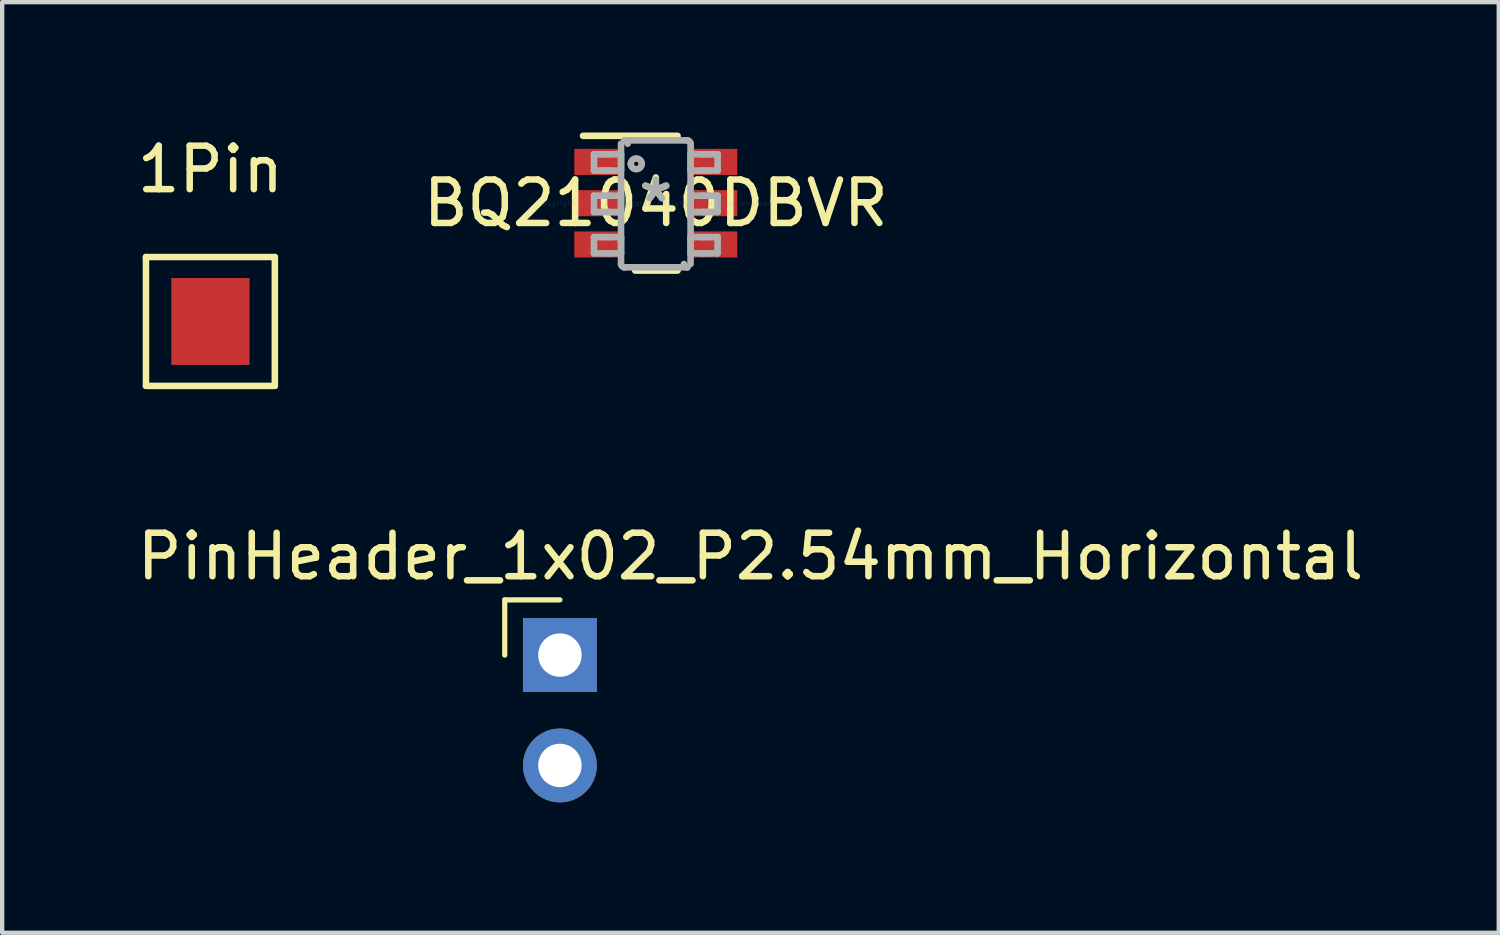
<source format=kicad_pcb>
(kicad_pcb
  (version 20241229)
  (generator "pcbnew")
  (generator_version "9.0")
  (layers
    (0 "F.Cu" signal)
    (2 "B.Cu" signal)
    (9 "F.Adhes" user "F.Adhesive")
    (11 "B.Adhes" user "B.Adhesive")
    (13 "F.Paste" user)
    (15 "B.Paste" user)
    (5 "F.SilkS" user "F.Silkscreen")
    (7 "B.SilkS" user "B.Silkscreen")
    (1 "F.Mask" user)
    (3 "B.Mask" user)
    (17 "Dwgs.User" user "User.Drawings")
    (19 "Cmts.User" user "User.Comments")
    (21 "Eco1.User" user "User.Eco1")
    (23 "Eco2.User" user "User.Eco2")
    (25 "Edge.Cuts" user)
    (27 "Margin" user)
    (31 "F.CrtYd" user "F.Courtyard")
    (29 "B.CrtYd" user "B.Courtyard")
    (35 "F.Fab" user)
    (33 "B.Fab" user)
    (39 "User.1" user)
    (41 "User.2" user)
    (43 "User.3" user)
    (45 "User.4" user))
  (footprint "1Pin"
    (layer "F.Cu")
    (at 1.792 4.348)
    (property "Reference" "1Pin" (at 0 -3.5 0) (layer "F.SilkS") (effects (font (size 1 1) (thickness 0.15))))
    (attr through_hole)
    (fp_line (start -1.483 -1.483) (end 1.48 -1.483) (stroke (width 0.15) (type solid)) (layer "F.SilkS"))
    (fp_line (start -1.483 1.48) (end -1.483 -1.483) (stroke (width 0.15) (type solid)) (layer "F.SilkS"))
    (fp_line (start 1.48 1.483) (end -1.483 1.483) (stroke (width 0.15) (type solid)) (layer "F.SilkS"))
    (fp_line (start 1.483 -1.483) (end 1.483 1.48) (stroke (width 0.15) (type solid)) (layer "F.SilkS"))
    (pad "1" smd rect (at 0 0) (size 1.8 2) (layers "F.Cu" "F.Mask" "F.Paste")))
  (footprint "BQ21040DBVR"
    (layer "F.Cu")
    (at 12.042 1.626)
    (property "Reference" "BQ21040DBVR" (at 0 0 0) (layer "F.SilkS") (effects (font (size 1 1) (thickness 0.15))))
    (attr through_hole)
    (fp_line (start -1.675 -1.55) (end 0.5 -1.55) (stroke (width 0.152) (type solid)) (layer "F.SilkS"))
    (fp_line (start -0.475 1.55) (end 0.5 1.55) (stroke (width 0.152) (type solid)) (layer "F.SilkS"))
    (fp_line (start -1.423 -1.125) (end -1.206 -1.125) (stroke (width 0.152) (type solid)) (layer "F.Fab"))
    (fp_line (start -1.423 -0.751) (end -1.423 -1.125) (stroke (width 0.152) (type solid)) (layer "F.Fab"))
    (fp_line (start -1.423 -0.751) (end -1.206 -0.751) (stroke (width 0.152) (type solid)) (layer "F.Fab"))
    (fp_line (start -1.423 -0.173) (end -1.206 -0.173) (stroke (width 0.152) (type solid)) (layer "F.Fab"))
    (fp_line (start -1.423 0.202) (end -1.423 -0.173) (stroke (width 0.152) (type solid)) (layer "F.Fab"))
    (fp_line (start -1.423 0.202) (end -1.206 0.202) (stroke (width 0.152) (type solid)) (layer "F.Fab"))
    (fp_line (start -1.423 0.78) (end -1.206 0.78) (stroke (width 0.152) (type solid)) (layer "F.Fab"))
    (fp_line (start -1.423 1.154) (end -1.423 0.78) (stroke (width 0.152) (type solid)) (layer "F.Fab"))
    (fp_line (start -1.423 1.154) (end -1.206 1.154) (stroke (width 0.152) (type solid)) (layer "F.Fab"))
    (fp_line (start -1.206 -1.125) (end -1.113 -1.125) (stroke (width 0.152) (type solid)) (layer "F.Fab"))
    (fp_line (start -1.206 -0.751) (end -1.113 -0.751) (stroke (width 0.152) (type solid)) (layer "F.Fab"))
    (fp_line (start -1.206 -0.173) (end -1.113 -0.173) (stroke (width 0.152) (type solid)) (layer "F.Fab"))
    (fp_line (start -1.206 0.202) (end -1.113 0.202) (stroke (width 0.152) (type solid)) (layer "F.Fab"))
    (fp_line (start -1.206 0.78) (end -1.113 0.78) (stroke (width 0.152) (type solid)) (layer "F.Fab"))
    (fp_line (start -1.206 1.154) (end -1.113 1.154) (stroke (width 0.152) (type solid)) (layer "F.Fab"))
    (fp_line (start -1.113 -1.125) (end -1.081 -1.125) (stroke (width 0.152) (type solid)) (layer "F.Fab"))
    (fp_line (start -1.113 -0.751) (end -1.081 -0.751) (stroke (width 0.152) (type solid)) (layer "F.Fab"))
    (fp_line (start -1.113 -0.173) (end -1.081 -0.173) (stroke (width 0.152) (type solid)) (layer "F.Fab"))
    (fp_line (start -1.113 0.202) (end -1.081 0.202) (stroke (width 0.152) (type solid)) (layer "F.Fab"))
    (fp_line (start -1.113 0.78) (end -1.081 0.78) (stroke (width 0.152) (type solid)) (layer "F.Fab"))
    (fp_line (start -1.113 1.154) (end -1.081 1.154) (stroke (width 0.152) (type solid)) (layer "F.Fab"))
    (fp_line (start -1.081 -1.125) (end -0.828 -1.125) (stroke (width 0.152) (type solid)) (layer "F.Fab"))
    (fp_line (start -1.081 -0.751) (end -0.828 -0.751) (stroke (width 0.152) (type solid)) (layer "F.Fab"))
    (fp_line (start -1.081 -0.173) (end -0.828 -0.173) (stroke (width 0.152) (type solid)) (layer "F.Fab"))
    (fp_line (start -1.081 0.202) (end -0.828 0.202) (stroke (width 0.152) (type solid)) (layer "F.Fab"))
    (fp_line (start -1.081 0.78) (end -0.828 0.78) (stroke (width 0.152) (type solid)) (layer "F.Fab"))
    (fp_line (start -1.081 1.154) (end -0.828 1.154) (stroke (width 0.152) (type solid)) (layer "F.Fab"))
    (fp_line (start -0.828 -1.125) (end -0.801 -1.125) (stroke (width 0.152) (type solid)) (layer "F.Fab"))
    (fp_line (start -0.828 -0.751) (end -0.801 -0.751) (stroke (width 0.152) (type solid)) (layer "F.Fab"))
    (fp_line (start -0.828 -0.173) (end -0.801 -0.173) (stroke (width 0.152) (type solid)) (layer "F.Fab"))
    (fp_line (start -0.828 0.202) (end -0.801 0.202) (stroke (width 0.152) (type solid)) (layer "F.Fab"))
    (fp_line (start -0.828 0.78) (end -0.801 0.78) (stroke (width 0.152) (type solid)) (layer "F.Fab"))
    (fp_line (start -0.828 1.154) (end -0.801 1.154) (stroke (width 0.152) (type solid)) (layer "F.Fab"))
    (fp_line (start -0.801 -0.751) (end -0.801 -1.125) (stroke (width 0.152) (type solid)) (layer "F.Fab"))
    (fp_line (start -0.801 0.202) (end -0.801 -0.173) (stroke (width 0.152) (type solid)) (layer "F.Fab"))
    (fp_line (start -0.801 1.154) (end -0.801 0.78) (stroke (width 0.152) (type solid)) (layer "F.Fab"))
    (fp_line (start -0.801 1.399) (end -0.801 -1.37) (stroke (width 0.152) (type solid)) (layer "F.Fab"))
    (fp_line (start -0.725 -1.446) (end -0.724 -1.446) (stroke (width 0.152) (type solid)) (layer "F.Fab"))
    (fp_line (start -0.725 1.475) (end -0.724 1.475) (stroke (width 0.152) (type solid)) (layer "F.Fab"))
    (fp_line (start -0.724 -1.446) (end 0.723 -1.446) (stroke (width 0.152) (type solid)) (layer "F.Fab"))
    (fp_line (start -0.724 1.475) (end 0.723 1.475) (stroke (width 0.152) (type solid)) (layer "F.Fab"))
    (fp_line (start 0.723 -1.446) (end 0.724 -1.446) (stroke (width 0.152) (type solid)) (layer "F.Fab"))
    (fp_line (start 0.723 1.475) (end 0.724 1.475) (stroke (width 0.152) (type solid)) (layer "F.Fab"))
    (fp_line (start 0.8 -1.125) (end 0.827 -1.125) (stroke (width 0.152) (type solid)) (layer "F.Fab"))
    (fp_line (start 0.8 -0.751) (end 0.8 -1.125) (stroke (width 0.152) (type solid)) (layer "F.Fab"))
    (fp_line (start 0.8 -0.751) (end 0.827 -0.751) (stroke (width 0.152) (type solid)) (layer "F.Fab"))
    (fp_line (start 0.8 -0.173) (end 0.827 -0.173) (stroke (width 0.152) (type solid)) (layer "F.Fab"))
    (fp_line (start 0.8 0.202) (end 0.8 -0.173) (stroke (width 0.152) (type solid)) (layer "F.Fab"))
    (fp_line (start 0.8 0.202) (end 0.827 0.202) (stroke (width 0.152) (type solid)) (layer "F.Fab"))
    (fp_line (start 0.8 0.78) (end 0.827 0.78) (stroke (width 0.152) (type solid)) (layer "F.Fab"))
    (fp_line (start 0.8 1.154) (end 0.8 0.78) (stroke (width 0.152) (type solid)) (layer "F.Fab"))
    (fp_line (start 0.8 1.154) (end 0.827 1.154) (stroke (width 0.152) (type solid)) (layer "F.Fab"))
    (fp_line (start 0.8 1.399) (end 0.8 -1.37) (stroke (width 0.152) (type solid)) (layer "F.Fab"))
    (fp_line (start 0.827 -1.125) (end 1.08 -1.125) (stroke (width 0.152) (type solid)) (layer "F.Fab"))
    (fp_line (start 0.827 -0.751) (end 1.08 -0.751) (stroke (width 0.152) (type solid)) (layer "F.Fab"))
    (fp_line (start 0.827 -0.173) (end 1.08 -0.173) (stroke (width 0.152) (type solid)) (layer "F.Fab"))
    (fp_line (start 0.827 0.202) (end 1.08 0.202) (stroke (width 0.152) (type solid)) (layer "F.Fab"))
    (fp_line (start 0.827 0.78) (end 1.08 0.78) (stroke (width 0.152) (type solid)) (layer "F.Fab"))
    (fp_line (start 0.827 1.154) (end 1.08 1.154) (stroke (width 0.152) (type solid)) (layer "F.Fab"))
    (fp_line (start 1.08 -1.125) (end 1.112 -1.125) (stroke (width 0.152) (type solid)) (layer "F.Fab"))
    (fp_line (start 1.08 -0.751) (end 1.112 -0.751) (stroke (width 0.152) (type solid)) (layer "F.Fab"))
    (fp_line (start 1.08 -0.173) (end 1.112 -0.173) (stroke (width 0.152) (type solid)) (layer "F.Fab"))
    (fp_line (start 1.08 0.202) (end 1.112 0.202) (stroke (width 0.152) (type solid)) (layer "F.Fab"))
    (fp_line (start 1.08 0.78) (end 1.112 0.78) (stroke (width 0.152) (type solid)) (layer "F.Fab"))
    (fp_line (start 1.08 1.154) (end 1.112 1.154) (stroke (width 0.152) (type solid)) (layer "F.Fab"))
    (fp_line (start 1.112 -1.125) (end 1.205 -1.125) (stroke (width 0.152) (type solid)) (layer "F.Fab"))
    (fp_line (start 1.112 -0.751) (end 1.205 -0.751) (stroke (width 0.152) (type solid)) (layer "F.Fab"))
    (fp_line (start 1.112 -0.173) (end 1.205 -0.173) (stroke (width 0.152) (type solid)) (layer "F.Fab"))
    (fp_line (start 1.112 0.202) (end 1.205 0.202) (stroke (width 0.152) (type solid)) (layer "F.Fab"))
    (fp_line (start 1.112 0.78) (end 1.205 0.78) (stroke (width 0.152) (type solid)) (layer "F.Fab"))
    (fp_line (start 1.112 1.154) (end 1.205 1.154) (stroke (width 0.152) (type solid)) (layer "F.Fab"))
    (fp_line (start 1.205 -1.125) (end 1.422 -1.125) (stroke (width 0.152) (type solid)) (layer "F.Fab"))
    (fp_line (start 1.205 -0.751) (end 1.422 -0.751) (stroke (width 0.152) (type solid)) (layer "F.Fab"))
    (fp_line (start 1.205 -0.173) (end 1.422 -0.173) (stroke (width 0.152) (type solid)) (layer "F.Fab"))
    (fp_line (start 1.205 0.202) (end 1.422 0.202) (stroke (width 0.152) (type solid)) (layer "F.Fab"))
    (fp_line (start 1.205 0.78) (end 1.422 0.78) (stroke (width 0.152) (type solid)) (layer "F.Fab"))
    (fp_line (start 1.205 1.154) (end 1.422 1.154) (stroke (width 0.152) (type solid)) (layer "F.Fab"))
    (fp_line (start 1.422 -0.751) (end 1.422 -1.125) (stroke (width 0.152) (type solid)) (layer "F.Fab"))
    (fp_line (start 1.422 0.202) (end 1.422 -0.173) (stroke (width 0.152) (type solid)) (layer "F.Fab"))
    (fp_line (start 1.422 1.154) (end 1.422 0.78) (stroke (width 0.152) (type solid)) (layer "F.Fab"))
    (fp_arc (start -0.724487 1.475003) (mid -0.778145 1.45291) (end -0.800689 1.39944) (stroke (width 0.1524) (type solid)) (layer "F.Fab"))
    (fp_arc (start -0.724474 -1.446002) (mid -0.670807 -1.423905) (end -0.648259 -1.370426) (stroke (width 0.1524) (type solid)) (layer "F.Fab"))
    (fp_arc (start -0.576537 -0.906071) (mid -0.449562 -1.033046) (end -0.322587 -0.906071) (stroke (width 0.1524) (type solid)) (layer "F.Fab"))
    (fp_arc (start -0.322588 -0.906071) (mid -0.449562 -0.779097) (end -0.576536 -0.906071) (stroke (width 0.1524) (type solid)) (layer "F.Fab"))
    (fp_arc (start 0.723303 -1.446002) (mid 0.776961 -1.423909) (end 0.799505 -1.370439) (stroke (width 0.1524) (type solid)) (layer "F.Fab"))
    (fp_arc (start 0.723316 1.475003) (mid 0.669668 1.452913) (end 0.647127 1.399453) (stroke (width 0.1524) (type solid)) (layer "F.Fab"))
    (fp_text user "*" (at 0 0 0) (layer "F.SilkS") (effects (font (size 1 1) (thickness 0.15))))
    (fp_text user "Copyright 2016 Accelerated Designs. All rights reserved." (at 0 0 0) (layer "Cmts.User") (effects (font (size 0.127 0.127) (thickness 0.002))))
    (fp_text user "*" (at 0 0 0) (layer "F.Fab") (effects (font (size 1 1) (thickness 0.15))))
    (pad "1" smd rect (at -1.375 -0.95 90) (size 0.6 1) (layers "F.Cu" "F.Mask" "F.Paste"))
    (pad "2" smd rect (at -1.375 0 90) (size 0.6 1) (layers "F.Cu" "F.Mask" "F.Paste"))
    (pad "3" smd rect (at -1.375 0.95 90) (size 0.6 1) (layers "F.Cu" "F.Mask" "F.Paste"))
    (pad "4" smd rect (at 1.375 0.95 90) (size 0.6 1) (layers "F.Cu" "F.Mask" "F.Paste"))
    (pad "5" smd rect (at 1.375 0 90) (size 0.6 1) (layers "F.Cu" "F.Mask" "F.Paste"))
    (pad "6" smd rect (at 1.375 -0.95 90) (size 0.6 1) (layers "F.Cu" "F.Mask" "F.Paste")))
  (footprint "PinHeader_1x02_P2.54mm_Horizontal"
    (layer "F.Cu")
    (at 9.835 12.025)
    (property "Reference" "PinHeader_1x02_P2.54mm_Horizontal" (at 4.385 -2.27 0) (layer "F.SilkS") (effects (font (size 1 1) (thickness 0.15))))
    (attr through_hole)
    (fp_line (start -1.27 -1.27) (end 0 -1.27) (stroke (width 0.12) (type solid)) (layer "F.SilkS"))
    (fp_line (start -1.27 0) (end -1.27 -1.27) (stroke (width 0.12) (type solid)) (layer "F.SilkS"))
    (fp_line (start -0.32 -0.32) (end -0.32 0.32) (stroke (width 0.1) (type solid)) (layer "F.Fab"))
    (fp_line (start -0.32 2.22) (end -0.32 2.86) (stroke (width 0.1) (type solid)) (layer "F.Fab"))
    (pad "1" thru_hole rect (at 0 0) (size 1.7 1.7) (drill 1) (layers "*.Cu" "*.Mask"))
    (pad "2" thru_hole oval (at 0 2.54) (size 1.7 1.7) (drill 1) (layers "*.Cu" "*.Mask")))
  (gr_rect
    (start -3 -3)
    (end 31.44 18.415)
    (stroke (width 0.1) (type default))
    (fill no)
    (layer "Edge.Cuts")))
</source>
